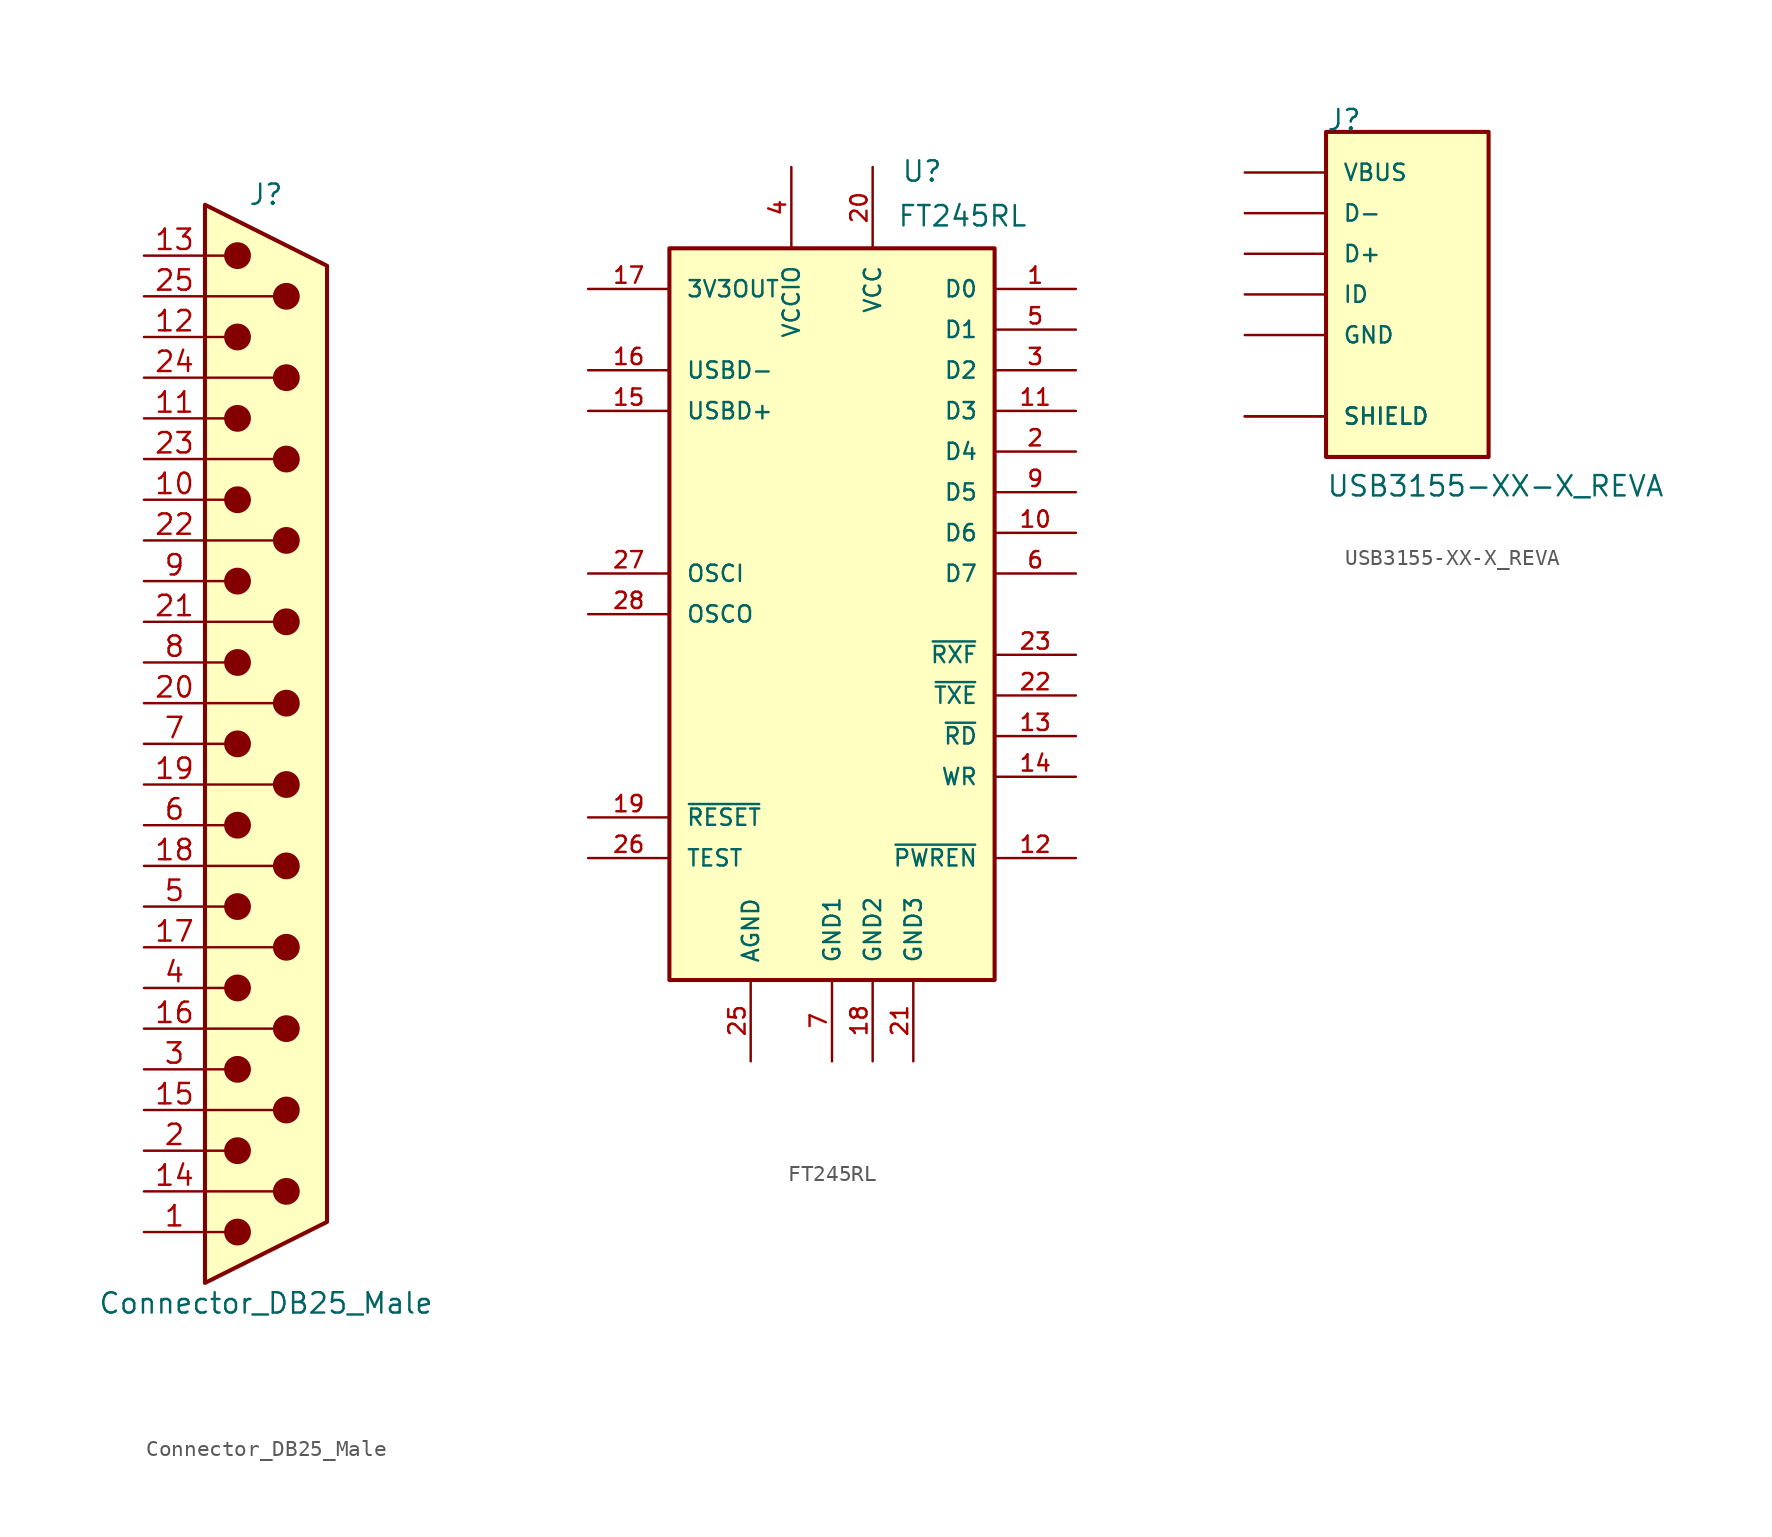
<source format=kicad_sym>
(kicad_symbol_lib
  (version 20231120)
  (generator "kicad_symbol_editor")
  (generator_version "8.0")
  (symbol "Connector_DB25_Male"
    (pin_names
      (offset 1.016) hide)
    (property "Reference" "J"
      (at 0 34.29 0)
      (effects (font (size 1.27 1.27))))
    (property "Value" "Connector_DB25_Male"
      (at 0 -34.925 0)
      (effects (font (size 1.27 1.27))))
    (symbol "Connector_DB25_Male_0_1"
      (circle (center -1.778 -30.48) (radius 0.762) (stroke (width 0) (type default)) (fill (type outline)))
      (circle (center -1.778 -25.4) (radius 0.762) (stroke (width 0) (type default)) (fill (type outline)))
      (circle (center -1.778 -20.32) (radius 0.762) (stroke (width 0) (type default)) (fill (type outline)))
      (circle (center -1.778 -15.24) (radius 0.762) (stroke (width 0) (type default)) (fill (type outline)))
      (circle (center -1.778 -10.16) (radius 0.762) (stroke (width 0) (type default)) (fill (type outline)))
      (circle (center -1.778 -5.08) (radius 0.762) (stroke (width 0) (type default)) (fill (type outline)))
      (circle (center -1.778 0) (radius 0.762) (stroke (width 0) (type default)) (fill (type outline)))
      (circle (center -1.778 5.08) (radius 0.762) (stroke (width 0) (type default)) (fill (type outline)))
      (circle (center -1.778 10.16) (radius 0.762) (stroke (width 0) (type default)) (fill (type outline)))
      (circle (center -1.778 15.24) (radius 0.762) (stroke (width 0) (type default)) (fill (type outline)))
      (circle (center -1.778 20.32) (radius 0.762) (stroke (width 0) (type default)) (fill (type outline)))
      (circle (center -1.778 25.4) (radius 0.762) (stroke (width 0) (type default)) (fill (type outline)))
      (circle (center -1.778 30.48) (radius 0.762) (stroke (width 0) (type default)) (fill (type outline)))
      (polyline (pts (xy -3.81 -30.48) (xy -2.54 -30.48)) (stroke (width 0) (type default)) (fill (type none)))
      (polyline (pts (xy -3.81 -27.94) (xy 0.508 -27.94)) (stroke (width 0) (type default)) (fill (type none)))
      (polyline (pts (xy -3.81 -25.4) (xy -2.54 -25.4)) (stroke (width 0) (type default)) (fill (type none)))
      (polyline (pts (xy -3.81 -22.86) (xy 0.508 -22.86)) (stroke (width 0) (type default)) (fill (type none)))
      (polyline (pts (xy -3.81 -20.32) (xy -2.54 -20.32)) (stroke (width 0) (type default)) (fill (type none)))
      (polyline (pts (xy -3.81 -17.78) (xy 0.508 -17.78)) (stroke (width 0) (type default)) (fill (type none)))
      (polyline (pts (xy -3.81 -15.24) (xy -2.54 -15.24)) (stroke (width 0) (type default)) (fill (type none)))
      (polyline (pts (xy -3.81 -12.7) (xy 0.508 -12.7)) (stroke (width 0) (type default)) (fill (type none)))
      (polyline (pts (xy -3.81 -10.16) (xy -2.54 -10.16)) (stroke (width 0) (type default)) (fill (type none)))
      (polyline (pts (xy -3.81 -7.62) (xy 0.508 -7.62)) (stroke (width 0) (type default)) (fill (type none)))
      (polyline (pts (xy -3.81 -5.08) (xy -2.54 -5.08)) (stroke (width 0) (type default)) (fill (type none)))
      (polyline (pts (xy -3.81 -2.54) (xy 0.508 -2.54)) (stroke (width 0) (type default)) (fill (type none)))
      (polyline (pts (xy -3.81 0) (xy -2.54 0)) (stroke (width 0) (type default)) (fill (type none)))
      (polyline (pts (xy -3.81 2.54) (xy 0.508 2.54)) (stroke (width 0) (type default)) (fill (type none)))
      (polyline (pts (xy -3.81 5.08) (xy -2.54 5.08)) (stroke (width 0) (type default)) (fill (type none)))
      (polyline (pts (xy -3.81 7.62) (xy 0.508 7.62)) (stroke (width 0) (type default)) (fill (type none)))
      (polyline (pts (xy -3.81 10.16) (xy -2.54 10.16)) (stroke (width 0) (type default)) (fill (type none)))
      (polyline (pts (xy -3.81 12.7) (xy 0.508 12.7)) (stroke (width 0) (type default)) (fill (type none)))
      (polyline (pts (xy -3.81 15.24) (xy -2.54 15.24)) (stroke (width 0) (type default)) (fill (type none)))
      (polyline (pts (xy -3.81 17.78) (xy 0.508 17.78)) (stroke (width 0) (type default)) (fill (type none)))
      (polyline (pts (xy -3.81 20.32) (xy -2.54 20.32)) (stroke (width 0) (type default)) (fill (type none)))
      (polyline (pts (xy -3.81 22.86) (xy 0.508 22.86)) (stroke (width 0) (type default)) (fill (type none)))
      (polyline (pts (xy -3.81 25.4) (xy -2.54 25.4)) (stroke (width 0) (type default)) (fill (type none)))
      (polyline (pts (xy -3.81 27.94) (xy 0.508 27.94)) (stroke (width 0) (type default)) (fill (type none)))
      (polyline (pts (xy -3.81 30.48) (xy -2.54 30.48)) (stroke (width 0) (type default)) (fill (type none)))
      (polyline (pts (xy -3.81 -33.655) (xy 3.81 -29.845) (xy 3.81 29.845) (xy -3.81 33.655) (xy -3.81 -33.655)) (stroke (width 0.254) (type default)) (fill (type background)))
      (circle (center 1.27 -27.94) (radius 0.762) (stroke (width 0) (type default)) (fill (type outline)))
      (circle (center 1.27 -22.86) (radius 0.762) (stroke (width 0) (type default)) (fill (type outline)))
      (circle (center 1.27 -17.78) (radius 0.762) (stroke (width 0) (type default)) (fill (type outline)))
      (circle (center 1.27 -12.7) (radius 0.762) (stroke (width 0) (type default)) (fill (type outline)))
      (circle (center 1.27 -7.62) (radius 0.762) (stroke (width 0) (type default)) (fill (type outline)))
      (circle (center 1.27 -2.54) (radius 0.762) (stroke (width 0) (type default)) (fill (type outline)))
      (circle (center 1.27 2.54) (radius 0.762) (stroke (width 0) (type default)) (fill (type outline)))
      (circle (center 1.27 7.62) (radius 0.762) (stroke (width 0) (type default)) (fill (type outline)))
      (circle (center 1.27 12.7) (radius 0.762) (stroke (width 0) (type default)) (fill (type outline)))
      (circle (center 1.27 17.78) (radius 0.762) (stroke (width 0) (type default)) (fill (type outline)))
      (circle (center 1.27 22.86) (radius 0.762) (stroke (width 0) (type default)) (fill (type outline)))
      (circle (center 1.27 27.94) (radius 0.762) (stroke (width 0) (type default)) (fill (type outline))))
    (symbol "Connector_DB25_Male_1_1"
      (pin passive line (at -7.62 -30.48 0) (length 3.81) (name "1" (effects (font (size 1.27 1.27)))) (number "1" (effects (font (size 1.27 1.27)))))
      (pin passive line (at -7.62 15.24 0) (length 3.81) (name "10" (effects (font (size 1.27 1.27)))) (number "10" (effects (font (size 1.27 1.27)))))
      (pin passive line (at -7.62 20.32 0) (length 3.81) (name "11" (effects (font (size 1.27 1.27)))) (number "11" (effects (font (size 1.27 1.27)))))
      (pin passive line (at -7.62 25.4 0) (length 3.81) (name "12" (effects (font (size 1.27 1.27)))) (number "12" (effects (font (size 1.27 1.27)))))
      (pin passive line (at -7.62 30.48 0) (length 3.81) (name "13" (effects (font (size 1.27 1.27)))) (number "13" (effects (font (size 1.27 1.27)))))
      (pin passive line (at -7.62 -27.94 0) (length 3.81) (name "P14" (effects (font (size 1.27 1.27)))) (number "14" (effects (font (size 1.27 1.27)))))
      (pin passive line (at -7.62 -22.86 0) (length 3.81) (name "P15" (effects (font (size 1.27 1.27)))) (number "15" (effects (font (size 1.27 1.27)))))
      (pin passive line (at -7.62 -17.78 0) (length 3.81) (name "P16" (effects (font (size 1.27 1.27)))) (number "16" (effects (font (size 1.27 1.27)))))
      (pin passive line (at -7.62 -12.7 0) (length 3.81) (name "P17" (effects (font (size 1.27 1.27)))) (number "17" (effects (font (size 1.27 1.27)))))
      (pin passive line (at -7.62 -7.62 0) (length 3.81) (name "P18" (effects (font (size 1.27 1.27)))) (number "18" (effects (font (size 1.27 1.27)))))
      (pin passive line (at -7.62 -2.54 0) (length 3.81) (name "P19" (effects (font (size 1.27 1.27)))) (number "19" (effects (font (size 1.27 1.27)))))
      (pin passive line (at -7.62 -25.4 0) (length 3.81) (name "2" (effects (font (size 1.27 1.27)))) (number "2" (effects (font (size 1.27 1.27)))))
      (pin passive line (at -7.62 2.54 0) (length 3.81) (name "P20" (effects (font (size 1.27 1.27)))) (number "20" (effects (font (size 1.27 1.27)))))
      (pin passive line (at -7.62 7.62 0) (length 3.81) (name "P21" (effects (font (size 1.27 1.27)))) (number "21" (effects (font (size 1.27 1.27)))))
      (pin passive line (at -7.62 12.7 0) (length 3.81) (name "P22" (effects (font (size 1.27 1.27)))) (number "22" (effects (font (size 1.27 1.27)))))
      (pin passive line (at -7.62 17.78 0) (length 3.81) (name "P23" (effects (font (size 1.27 1.27)))) (number "23" (effects (font (size 1.27 1.27)))))
      (pin passive line (at -7.62 22.86 0) (length 3.81) (name "P24" (effects (font (size 1.27 1.27)))) (number "24" (effects (font (size 1.27 1.27)))))
      (pin passive line (at -7.62 27.94 0) (length 3.81) (name "P25" (effects (font (size 1.27 1.27)))) (number "25" (effects (font (size 1.27 1.27)))))
      (pin passive line (at -7.62 -20.32 0) (length 3.81) (name "3" (effects (font (size 1.27 1.27)))) (number "3" (effects (font (size 1.27 1.27)))))
      (pin passive line (at -7.62 -15.24 0) (length 3.81) (name "4" (effects (font (size 1.27 1.27)))) (number "4" (effects (font (size 1.27 1.27)))))
      (pin passive line (at -7.62 -10.16 0) (length 3.81) (name "5" (effects (font (size 1.27 1.27)))) (number "5" (effects (font (size 1.27 1.27)))))
      (pin passive line (at -7.62 -5.08 0) (length 3.81) (name "6" (effects (font (size 1.27 1.27)))) (number "6" (effects (font (size 1.27 1.27)))))
      (pin passive line (at -7.62 0 0) (length 3.81) (name "7" (effects (font (size 1.27 1.27)))) (number "7" (effects (font (size 1.27 1.27)))))
      (pin passive line (at -7.62 5.08 0) (length 3.81) (name "8" (effects (font (size 1.27 1.27)))) (number "8" (effects (font (size 1.27 1.27)))))
      (pin passive line (at -7.62 10.16 0) (length 3.81) (name "9" (effects (font (size 1.27 1.27)))) (number "9" (effects (font (size 1.27 1.27)))))))
  (symbol "FT245RL"
    (pin_names
      (offset 1.016))
    (property "Reference" "U"
      (at 4.318 26.924 0)
      (effects (font (size 1.27 1.27)) (justify left bottom)))
    (property "Value" "FT245RL"
      (at 4.064 24.13 0)
      (effects (font (size 1.27 1.27)) (justify left bottom)))
    (symbol "FT245RL_0_0"
      (rectangle (start -10.16 22.86) (end 10.16 -22.86) (stroke (width 0.254) (type default)) (fill (type background)))
      (pin bidirectional line (at 15.24 20.32 180) (length 5.08) (name "D0" (effects (font (size 1.016 1.016)))) (number "1" (effects (font (size 1.016 1.016)))))
      (pin bidirectional line (at 15.24 5.08 180) (length 5.08) (name "D6" (effects (font (size 1.016 1.016)))) (number "10" (effects (font (size 1.016 1.016)))))
      (pin bidirectional line (at 15.24 12.7 180) (length 5.08) (name "D3" (effects (font (size 1.016 1.016)))) (number "11" (effects (font (size 1.016 1.016)))))
      (pin output line (at 15.24 -15.24 180) (length 5.08) (name "~{PWREN}" (effects (font (size 1.016 1.016)))) (number "12" (effects (font (size 1.016 1.016)))))
      (pin input line (at 15.24 -7.62 180) (length 5.08) (name "~{RD}" (effects (font (size 1.016 1.016)))) (number "13" (effects (font (size 1.016 1.016)))))
      (pin input line (at 15.24 -10.16 180) (length 5.08) (name "WR" (effects (font (size 1.016 1.016)))) (number "14" (effects (font (size 1.016 1.016)))))
      (pin bidirectional line (at -15.24 12.7 0) (length 5.08) (name "USBD+" (effects (font (size 1.016 1.016)))) (number "15" (effects (font (size 1.016 1.016)))))
      (pin bidirectional line (at -15.24 15.24 0) (length 5.08) (name "USBD-" (effects (font (size 1.016 1.016)))) (number "16" (effects (font (size 1.016 1.016)))))
      (pin power_out line (at -15.24 20.32 0) (length 5.08) (name "3V3OUT" (effects (font (size 1.016 1.016)))) (number "17" (effects (font (size 1.016 1.016)))))
      (pin power_in line (at 2.54 -27.94 90) (length 5.08) (name "GND2" (effects (font (size 1.016 1.016)))) (number "18" (effects (font (size 1.016 1.016)))))
      (pin input line (at -15.24 -12.7 0) (length 5.08) (name "~{RESET}" (effects (font (size 1.016 1.016)))) (number "19" (effects (font (size 1.016 1.016)))))
      (pin bidirectional line (at 15.24 10.16 180) (length 5.08) (name "D4" (effects (font (size 1.016 1.016)))) (number "2" (effects (font (size 1.016 1.016)))))
      (pin power_in line (at 2.54 27.94 270) (length 5.08) (name "VCC" (effects (font (size 1.016 1.016)))) (number "20" (effects (font (size 1.016 1.016)))))
      (pin power_in line (at 5.08 -27.94 90) (length 5.08) (name "GND3" (effects (font (size 1.016 1.016)))) (number "21" (effects (font (size 1.016 1.016)))))
      (pin output line (at 15.24 -5.08 180) (length 5.08) (name "~{TXE}" (effects (font (size 1.016 1.016)))) (number "22" (effects (font (size 1.016 1.016)))))
      (pin bidirectional line (at 15.24 -2.54 180) (length 5.08) (name "~{RXF}" (effects (font (size 1.016 1.016)))) (number "23" (effects (font (size 1.016 1.016)))))
      (pin power_in line (at -5.08 -27.94 90) (length 5.08) (name "AGND" (effects (font (size 1.016 1.016)))) (number "25" (effects (font (size 1.016 1.016)))))
      (pin input line (at -15.24 -15.24 0) (length 5.08) (name "TEST" (effects (font (size 1.016 1.016)))) (number "26" (effects (font (size 1.016 1.016)))))
      (pin input line (at -15.24 2.54 0) (length 5.08) (name "OSCI" (effects (font (size 1.016 1.016)))) (number "27" (effects (font (size 1.016 1.016)))))
      (pin output line (at -15.24 0 0) (length 5.08) (name "OSCO" (effects (font (size 1.016 1.016)))) (number "28" (effects (font (size 1.016 1.016)))))
      (pin bidirectional line (at 15.24 15.24 180) (length 5.08) (name "D2" (effects (font (size 1.016 1.016)))) (number "3" (effects (font (size 1.016 1.016)))))
      (pin power_in line (at -2.54 27.94 270) (length 5.08) (name "VCCIO" (effects (font (size 1.016 1.016)))) (number "4" (effects (font (size 1.016 1.016)))))
      (pin bidirectional line (at 15.24 17.78 180) (length 5.08) (name "D1" (effects (font (size 1.016 1.016)))) (number "5" (effects (font (size 1.016 1.016)))))
      (pin bidirectional line (at 15.24 2.54 180) (length 5.08) (name "D7" (effects (font (size 1.016 1.016)))) (number "6" (effects (font (size 1.016 1.016)))))
      (pin power_in line (at 0 -27.94 90) (length 5.08) (name "GND1" (effects (font (size 1.016 1.016)))) (number "7" (effects (font (size 1.016 1.016)))))
      (pin bidirectional line (at 15.24 7.62 180) (length 5.08) (name "D5" (effects (font (size 1.016 1.016)))) (number "9" (effects (font (size 1.016 1.016))))))
    (symbol "FT245RL_1_1"
      (pin no_connect non_logic (at -10.16 -7.62 0) (length 2.54) hide (name "NC" (effects (font (size 1.27 1.27)))) (number "24" (effects (font (size 1.27 1.27)))))
      (pin no_connect non_logic (at -10.16 -5.08 0) (length 2.54) hide (name "NC" (effects (font (size 1.27 1.27)))) (number "8" (effects (font (size 1.27 1.27)))))))
  (symbol "USB3155-XX-X_REVA"
    (pin_numbers hide)
    (pin_names
      (offset 1.016))
    (property "Reference" "J"
      (at -5.08 10.16 0)
      (effects (font (size 1.27 1.27)) (justify left bottom)))
    (property "Value" "USB3155-XX-X_REVA"
      (at -5.08 -12.725 0)
      (effects (font (size 1.27 1.27)) (justify left bottom)))
    (property "ki_locked" ""
      (at 0 0 0)
      (effects (font (size 1.27 1.27))))
    (symbol "USB3155-XX-X_REVA_0_0"
      (rectangle (start -5.08 -10.16) (end 5.08 10.16) (stroke (width 0.254) (type default)) (fill (type background)))
      (pin power_in line (at -10.16 7.62 0) (length 5.08) (name "VBUS" (effects (font (size 1.016 1.016)))) (number "1" (effects (font (size 1.016 1.016)))))
      (pin bidirectional line (at -10.16 5.08 0) (length 5.08) (name "D-" (effects (font (size 1.016 1.016)))) (number "2" (effects (font (size 1.016 1.016)))))
      (pin bidirectional line (at -10.16 2.54 0) (length 5.08) (name "D+" (effects (font (size 1.016 1.016)))) (number "3" (effects (font (size 1.016 1.016)))))
      (pin passive line (at -10.16 0 0) (length 5.08) (name "ID" (effects (font (size 1.016 1.016)))) (number "4" (effects (font (size 1.016 1.016)))))
      (pin power_in line (at -10.16 -2.54 0) (length 5.08) (name "GND" (effects (font (size 1.016 1.016)))) (number "5" (effects (font (size 1.016 1.016)))))
      (pin passive line (at -10.16 -7.62 0) (length 5.08) (name "SHIELD" (effects (font (size 1.016 1.016)))) (number "S" (effects (font (size 1.016 1.016)))))
      (pin passive line (at -10.16 -7.62 0) (length 5.08) (name "SHIELD" (effects (font (size 1.016 1.016)))) (number "S" (effects (font (size 1.016 1.016))))))))
</source>
